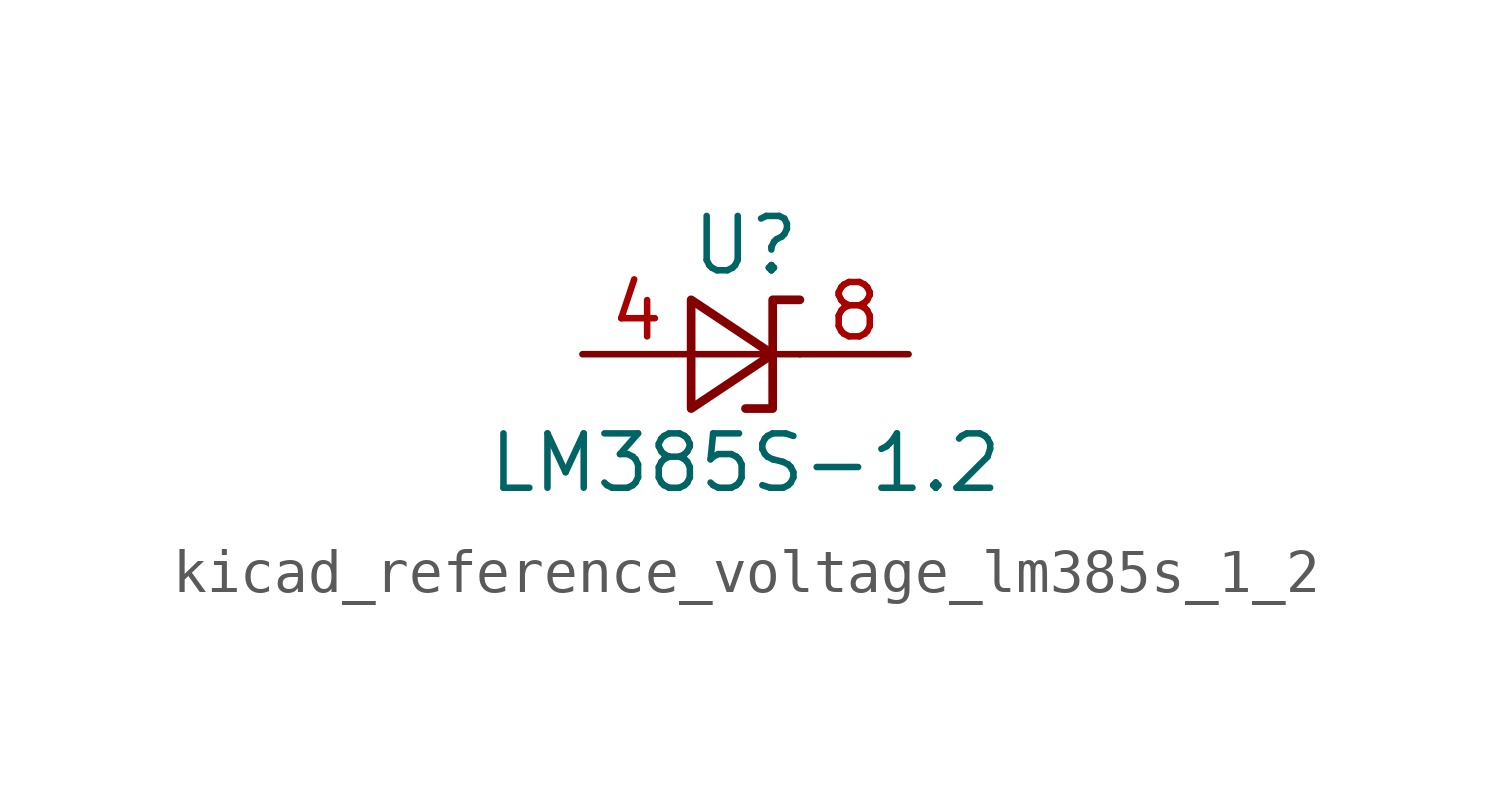
<source format=kicad_sym>
(kicad_symbol_lib
  (version 20220914)
  (generator kicad_symbol_editor)
  (symbol "kicad_reference_voltage_lm385s_1_2"
    (pin_names
      (offset 0.025) hide)
    (property "Reference" "U"
      (at 0 2.54 0)
      (effects (font (size 1.27 1.27))))
    (property "Value" "LM385S-1.2"
      (at 0 -2.54 0)
      (effects (font (size 1.27 1.27))))
    (symbol "kicad_reference_voltage_lm385s_1_2_0_1"
      (polyline (pts (xy -1.27 0) (xy 0 0) (xy 1.27 0)) (stroke (width 0) (type default)) (fill (type none)))
      (polyline (pts (xy -1.27 -1.27) (xy 0.635 0) (xy -1.27 1.27) (xy -1.27 -1.27)) (stroke (width 0.203) (type default)) (fill (type none)))
      (polyline (pts (xy 0 -1.27) (xy 0.635 -1.27) (xy 0.635 1.27) (xy 1.27 1.27)) (stroke (width 0.203) (type default)) (fill (type none))))
    (symbol "kicad_reference_voltage_lm385s_1_2_1_1"
      (pin passive line (at -3.81 0 0) (length 2.54) (name "A" (effects (font (size 1.27 1.27)))) (number "4" (effects (font (size 1.27 1.27)))))
      (pin passive line (at 3.81 0 180) (length 2.54) hide (name "K" (effects (font (size 1.27 1.27)))) (number "6" (effects (font (size 1.27 1.27)))))
      (pin passive line (at 3.81 0 180) (length 2.54) (name "K" (effects (font (size 1.27 1.27)))) (number "8" (effects (font (size 1.27 1.27))))))))
</source>
